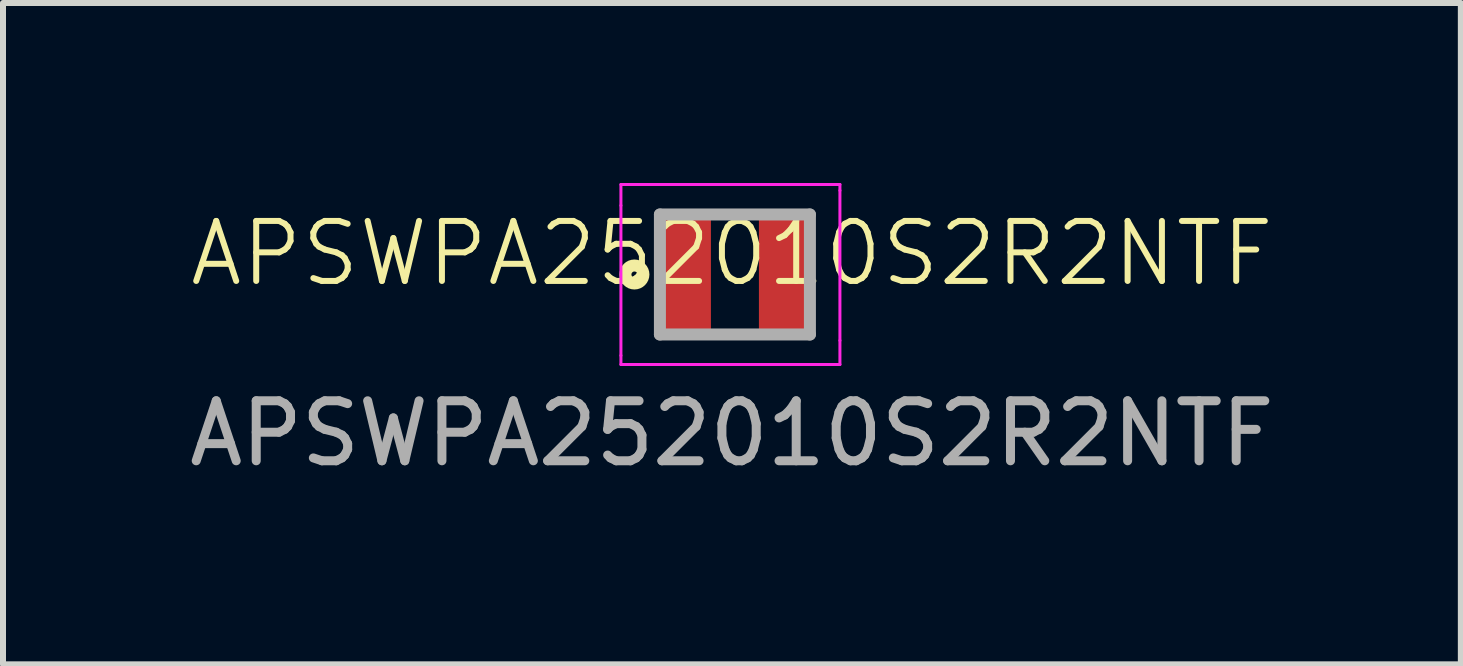
<source format=kicad_pcb>
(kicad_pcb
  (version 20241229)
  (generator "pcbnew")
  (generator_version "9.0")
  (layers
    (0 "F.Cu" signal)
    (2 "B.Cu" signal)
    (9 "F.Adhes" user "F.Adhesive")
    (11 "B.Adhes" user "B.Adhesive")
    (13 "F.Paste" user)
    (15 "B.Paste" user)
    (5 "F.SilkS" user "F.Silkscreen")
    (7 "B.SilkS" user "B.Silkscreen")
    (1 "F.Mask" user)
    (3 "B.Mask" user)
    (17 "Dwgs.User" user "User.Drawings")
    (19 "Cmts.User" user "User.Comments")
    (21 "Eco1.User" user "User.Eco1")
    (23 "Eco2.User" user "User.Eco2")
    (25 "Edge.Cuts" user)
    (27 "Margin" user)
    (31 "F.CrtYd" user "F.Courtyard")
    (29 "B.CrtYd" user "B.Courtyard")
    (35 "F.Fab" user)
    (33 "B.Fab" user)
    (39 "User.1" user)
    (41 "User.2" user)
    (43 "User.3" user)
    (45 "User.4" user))
  (footprint "APSWPA252010S2R2NTF"
    (layer "F.Cu")
    (at 9.149 1.675)
    (property "Reference" "APSWPA252010S2R2NTF" (at 0 -0.5 0) (unlocked yes) (layer "F.SilkS") (effects (font (size 1 1) (thickness 0.1))))
    (attr smd)
    (fp_circle (center -1.625 -0.15) (end -1.625 -0.1) (stroke (width 0.2) (type solid)) (fill no) (layer "F.SilkS"))
    (fp_line (start -1.85 -1.65) (end -1.85 -1.3) (stroke (width 0.05) (type default)) (layer "F.CrtYd"))
    (fp_line (start -1.85 1.2) (end -1.85 -1.3) (stroke (width 0.05) (type solid)) (layer "F.CrtYd"))
    (fp_line (start -1.85 1.35) (end -1.85 1.2) (stroke (width 0.05) (type default)) (layer "F.CrtYd"))
    (fp_line (start -1.3 1.35) (end -1.85 1.35) (stroke (width 0.05) (type default)) (layer "F.CrtYd"))
    (fp_line (start -1.25 -1.65) (end -1.85 -1.65) (stroke (width 0.05) (type default)) (layer "F.CrtYd"))
    (fp_line (start -1.25 -1.65) (end 1.25 -1.65) (stroke (width 0.05) (type solid)) (layer "F.CrtYd"))
    (fp_line (start 1.2 1.35) (end -1.3 1.35) (stroke (width 0.05) (type solid)) (layer "F.CrtYd"))
    (fp_line (start 1.2 1.35) (end 1.8 1.35) (stroke (width 0.05) (type default)) (layer "F.CrtYd"))
    (fp_line (start 1.8 -1.65) (end 1.25 -1.65) (stroke (width 0.05) (type default)) (layer "F.CrtYd"))
    (fp_line (start 1.8 -1.55) (end 1.8 -1.65) (stroke (width 0.05) (type default)) (layer "F.CrtYd"))
    (fp_line (start 1.8 -1.55) (end 1.8 0.95) (stroke (width 0.05) (type solid)) (layer "F.CrtYd"))
    (fp_line (start 1.8 1.35) (end 1.8 0.95) (stroke (width 0.05) (type default)) (layer "F.CrtYd"))
    (fp_line (start -1.2 -1.15) (end 1.3 -1.15) (stroke (width 0.2) (type solid)) (layer "F.Fab"))
    (fp_line (start -1.2 0.85) (end -1.2 -1.15) (stroke (width 0.2) (type solid)) (layer "F.Fab"))
    (fp_line (start 1.3 -1.15) (end 1.3 0.85) (stroke (width 0.2) (type solid)) (layer "F.Fab"))
    (fp_line (start 1.3 0.85) (end -1.2 0.85) (stroke (width 0.2) (type solid)) (layer "F.Fab"))
    (fp_text user "${REFERENCE}" (at 0 2.5 0) (unlocked yes) (layer "F.Fab") (effects (font (size 1 1) (thickness 0.15))))
    (pad "1" smd rect (at -0.775 -0.15) (size 0.85 2) (layers "F.Cu" "F.Mask" "F.Paste"))
    (pad "2" smd rect (at 0.875 -0.15) (size 0.85 2) (layers "F.Cu" "F.Mask" "F.Paste")))
  (gr_rect
    (start -3 -3)
    (end 21.298 8.023)
    (stroke (width 0.1) (type default))
    (fill no)
    (layer "Edge.Cuts")))
</source>
